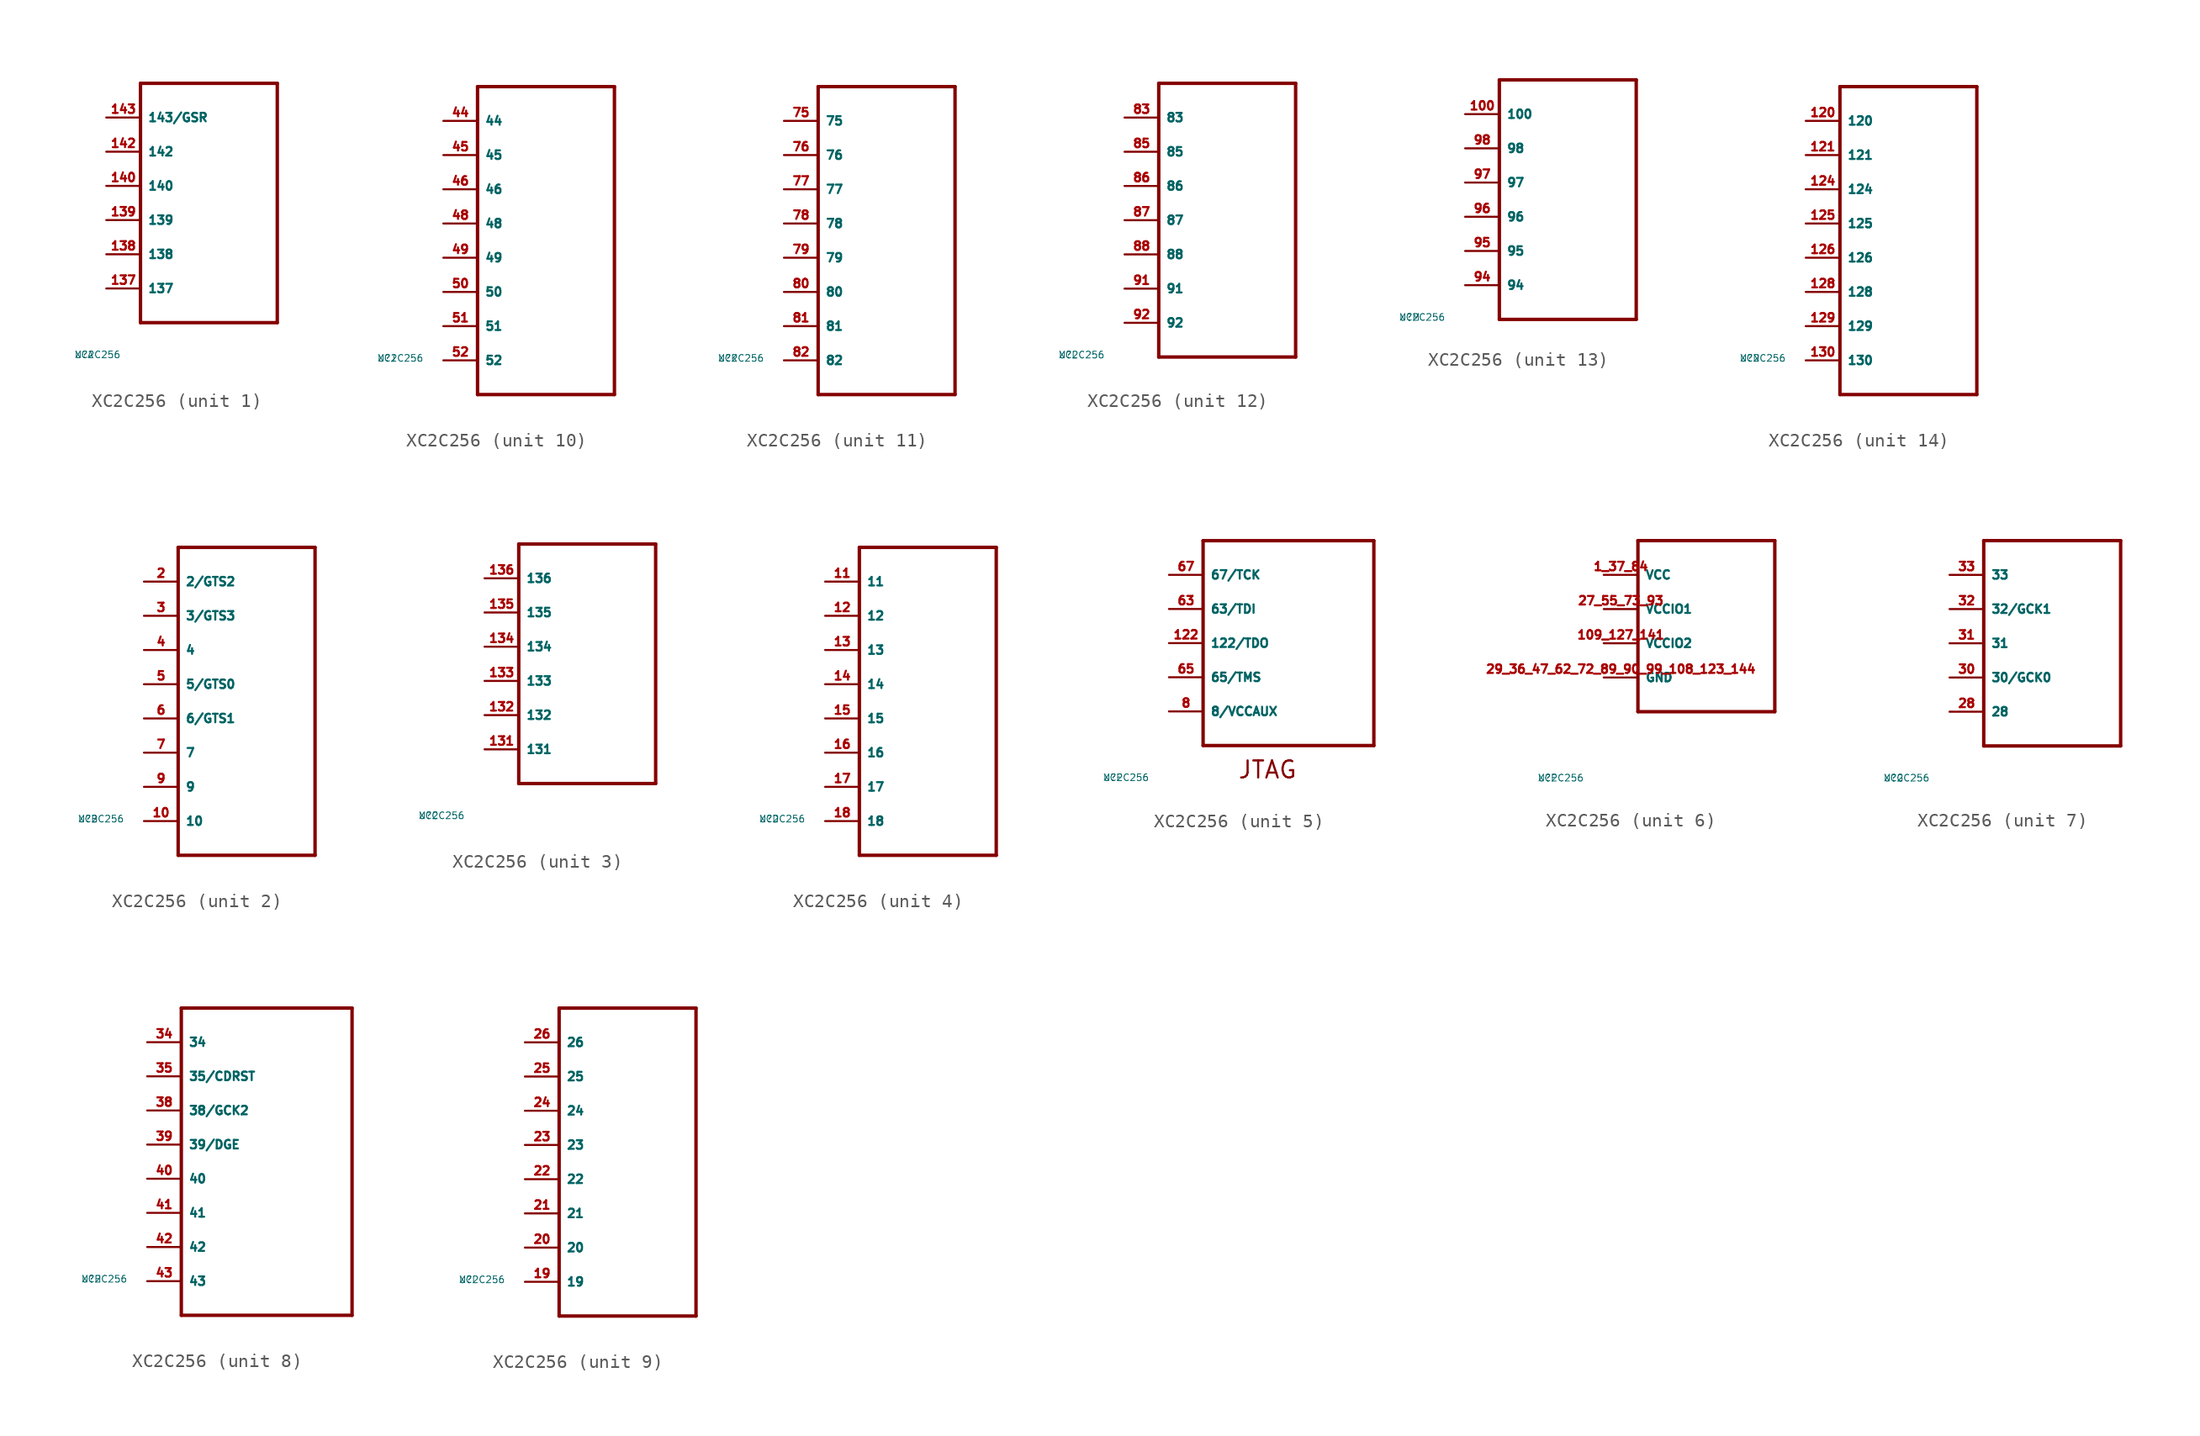
<source format=kicad_sym>
(kicad_symbol_lib
  (version 20220914)
  (generator Eagle2Kicad)
  (symbol "XC2C256"
    (property "Reference" "U"
      (at -10 -10 0)
      (effects (font (size 0.5 0.5) (thickness 0.06)) (justify left)))
    (property "Value" "XC2C256"
      (at -10 -10 0)
      (effects (font (size 0.5 0.5) (thickness 0.06)) (justify left)))
    (symbol "XC2C256_1_0"
      (polyline (pts (xy -5.08 10.16) (xy -5.08 -7.62)) (stroke (width 0.254) (type default)) (fill (type none)))
      (polyline (pts (xy -5.08 -7.62) (xy 5.08 -7.62)) (stroke (width 0.254) (type default)) (fill (type none)))
      (polyline (pts (xy 5.08 -7.62) (xy 5.08 10.16)) (stroke (width 0.254) (type default)) (fill (type none)))
      (polyline (pts (xy 5.08 10.16) (xy -5.08 10.16)) (stroke (width 0.254) (type default)) (fill (type none)))
      (pin bidirectional line (at -7.62 7.62 0) (length 2.54) (name "143/GSR" (effects (font (size 0.635 0.635) (thickness 0.08)) (justify left bottom))) (number "143" (effects (font (size 0.635 0.635) (thickness 0.08)) (justify left bottom))))
      (pin bidirectional line (at -7.62 5.08 0) (length 2.54) (name "142" (effects (font (size 0.635 0.635) (thickness 0.08)) (justify left bottom))) (number "142" (effects (font (size 0.635 0.635) (thickness 0.08)) (justify left bottom))))
      (pin bidirectional line (at -7.62 2.54 0) (length 2.54) (name "140" (effects (font (size 0.635 0.635) (thickness 0.08)) (justify left bottom))) (number "140" (effects (font (size 0.635 0.635) (thickness 0.08)) (justify left bottom))))
      (pin bidirectional line (at -7.62 0 0) (length 2.54) (name "139" (effects (font (size 0.635 0.635) (thickness 0.08)) (justify left bottom))) (number "139" (effects (font (size 0.635 0.635) (thickness 0.08)) (justify left bottom))))
      (pin bidirectional line (at -7.62 -2.54 0) (length 2.54) (name "138" (effects (font (size 0.635 0.635) (thickness 0.08)) (justify left bottom))) (number "138" (effects (font (size 0.635 0.635) (thickness 0.08)) (justify left bottom))))
      (pin bidirectional line (at -7.62 -5.08 0) (length 2.54) (name "137" (effects (font (size 0.635 0.635) (thickness 0.08)) (justify left bottom))) (number "137" (effects (font (size 0.635 0.635) (thickness 0.08)) (justify left bottom)))))
    (symbol "XC2C256_2_0"
      (polyline (pts (xy -2.54 10.16) (xy -2.54 -12.7)) (stroke (width 0.254) (type default)) (fill (type none)))
      (polyline (pts (xy -2.54 -12.7) (xy 7.62 -12.7)) (stroke (width 0.254) (type default)) (fill (type none)))
      (polyline (pts (xy 7.62 -12.7) (xy 7.62 10.16)) (stroke (width 0.254) (type default)) (fill (type none)))
      (polyline (pts (xy 7.62 10.16) (xy -2.54 10.16)) (stroke (width 0.254) (type default)) (fill (type none)))
      (pin bidirectional line (at -5.08 7.62 0) (length 2.54) (name "2/GTS2" (effects (font (size 0.635 0.635) (thickness 0.08)) (justify left bottom))) (number "2" (effects (font (size 0.635 0.635) (thickness 0.08)) (justify left bottom))))
      (pin bidirectional line (at -5.08 5.08 0) (length 2.54) (name "3/GTS3" (effects (font (size 0.635 0.635) (thickness 0.08)) (justify left bottom))) (number "3" (effects (font (size 0.635 0.635) (thickness 0.08)) (justify left bottom))))
      (pin bidirectional line (at -5.08 2.54 0) (length 2.54) (name "4" (effects (font (size 0.635 0.635) (thickness 0.08)) (justify left bottom))) (number "4" (effects (font (size 0.635 0.635) (thickness 0.08)) (justify left bottom))))
      (pin bidirectional line (at -5.08 0 0) (length 2.54) (name "5/GTS0" (effects (font (size 0.635 0.635) (thickness 0.08)) (justify left bottom))) (number "5" (effects (font (size 0.635 0.635) (thickness 0.08)) (justify left bottom))))
      (pin bidirectional line (at -5.08 -2.54 0) (length 2.54) (name "6/GTS1" (effects (font (size 0.635 0.635) (thickness 0.08)) (justify left bottom))) (number "6" (effects (font (size 0.635 0.635) (thickness 0.08)) (justify left bottom))))
      (pin bidirectional line (at -5.08 -5.08 0) (length 2.54) (name "7" (effects (font (size 0.635 0.635) (thickness 0.08)) (justify left bottom))) (number "7" (effects (font (size 0.635 0.635) (thickness 0.08)) (justify left bottom))))
      (pin bidirectional line (at -5.08 -7.62 0) (length 2.54) (name "9" (effects (font (size 0.635 0.635) (thickness 0.08)) (justify left bottom))) (number "9" (effects (font (size 0.635 0.635) (thickness 0.08)) (justify left bottom))))
      (pin bidirectional line (at -5.08 -10.16 0) (length 2.54) (name "10" (effects (font (size 0.635 0.635) (thickness 0.08)) (justify left bottom))) (number "10" (effects (font (size 0.635 0.635) (thickness 0.08)) (justify left bottom)))))
    (symbol "XC2C256_3_0"
      (polyline (pts (xy -2.54 10.16) (xy -2.54 -7.62)) (stroke (width 0.254) (type default)) (fill (type none)))
      (polyline (pts (xy -2.54 -7.62) (xy 7.62 -7.62)) (stroke (width 0.254) (type default)) (fill (type none)))
      (polyline (pts (xy 7.62 -7.62) (xy 7.62 10.16)) (stroke (width 0.254) (type default)) (fill (type none)))
      (polyline (pts (xy 7.62 10.16) (xy -2.54 10.16)) (stroke (width 0.254) (type default)) (fill (type none)))
      (pin bidirectional line (at -5.08 2.54 0) (length 2.54) (name "134" (effects (font (size 0.635 0.635) (thickness 0.08)) (justify left bottom))) (number "134" (effects (font (size 0.635 0.635) (thickness 0.08)) (justify left bottom))))
      (pin bidirectional line (at -5.08 5.08 0) (length 2.54) (name "135" (effects (font (size 0.635 0.635) (thickness 0.08)) (justify left bottom))) (number "135" (effects (font (size 0.635 0.635) (thickness 0.08)) (justify left bottom))))
      (pin bidirectional line (at -5.08 7.62 0) (length 2.54) (name "136" (effects (font (size 0.635 0.635) (thickness 0.08)) (justify left bottom))) (number "136" (effects (font (size 0.635 0.635) (thickness 0.08)) (justify left bottom))))
      (pin bidirectional line (at -5.08 0 0) (length 2.54) (name "133" (effects (font (size 0.635 0.635) (thickness 0.08)) (justify left bottom))) (number "133" (effects (font (size 0.635 0.635) (thickness 0.08)) (justify left bottom))))
      (pin bidirectional line (at -5.08 -2.54 0) (length 2.54) (name "132" (effects (font (size 0.635 0.635) (thickness 0.08)) (justify left bottom))) (number "132" (effects (font (size 0.635 0.635) (thickness 0.08)) (justify left bottom))))
      (pin bidirectional line (at -5.08 -5.08 0) (length 2.54) (name "131" (effects (font (size 0.635 0.635) (thickness 0.08)) (justify left bottom))) (number "131" (effects (font (size 0.635 0.635) (thickness 0.08)) (justify left bottom)))))
    (symbol "XC2C256_4_0"
      (polyline (pts (xy -2.54 10.16) (xy -2.54 -12.7)) (stroke (width 0.254) (type default)) (fill (type none)))
      (polyline (pts (xy -2.54 -12.7) (xy 7.62 -12.7)) (stroke (width 0.254) (type default)) (fill (type none)))
      (polyline (pts (xy 7.62 -12.7) (xy 7.62 10.16)) (stroke (width 0.254) (type default)) (fill (type none)))
      (polyline (pts (xy 7.62 10.16) (xy -2.54 10.16)) (stroke (width 0.254) (type default)) (fill (type none)))
      (pin bidirectional line (at -5.08 0 0) (length 2.54) (name "14" (effects (font (size 0.635 0.635) (thickness 0.08)) (justify left bottom))) (number "14" (effects (font (size 0.635 0.635) (thickness 0.08)) (justify left bottom))))
      (pin bidirectional line (at -5.08 2.54 0) (length 2.54) (name "13" (effects (font (size 0.635 0.635) (thickness 0.08)) (justify left bottom))) (number "13" (effects (font (size 0.635 0.635) (thickness 0.08)) (justify left bottom))))
      (pin bidirectional line (at -5.08 5.08 0) (length 2.54) (name "12" (effects (font (size 0.635 0.635) (thickness 0.08)) (justify left bottom))) (number "12" (effects (font (size 0.635 0.635) (thickness 0.08)) (justify left bottom))))
      (pin bidirectional line (at -5.08 7.62 0) (length 2.54) (name "11" (effects (font (size 0.635 0.635) (thickness 0.08)) (justify left bottom))) (number "11" (effects (font (size 0.635 0.635) (thickness 0.08)) (justify left bottom))))
      (pin bidirectional line (at -5.08 -2.54 0) (length 2.54) (name "15" (effects (font (size 0.635 0.635) (thickness 0.08)) (justify left bottom))) (number "15" (effects (font (size 0.635 0.635) (thickness 0.08)) (justify left bottom))))
      (pin bidirectional line (at -5.08 -5.08 0) (length 2.54) (name "16" (effects (font (size 0.635 0.635) (thickness 0.08)) (justify left bottom))) (number "16" (effects (font (size 0.635 0.635) (thickness 0.08)) (justify left bottom))))
      (pin bidirectional line (at -5.08 -7.62 0) (length 2.54) (name "17" (effects (font (size 0.635 0.635) (thickness 0.08)) (justify left bottom))) (number "17" (effects (font (size 0.635 0.635) (thickness 0.08)) (justify left bottom))))
      (pin bidirectional line (at -5.08 -10.16 0) (length 2.54) (name "18" (effects (font (size 0.635 0.635) (thickness 0.08)) (justify left bottom))) (number "18" (effects (font (size 0.635 0.635) (thickness 0.08)) (justify left bottom)))))
    (symbol "XC2C256_5_0"
      (polyline (pts (xy -2.54 7.62) (xy -2.54 -7.62)) (stroke (width 0.254) (type default)) (fill (type none)))
      (polyline (pts (xy -2.54 -7.62) (xy 10.16 -7.62)) (stroke (width 0.254) (type default)) (fill (type none)))
      (polyline (pts (xy 10.16 -7.62) (xy 10.16 7.62)) (stroke (width 0.254) (type default)) (fill (type none)))
      (polyline (pts (xy 10.16 7.62) (xy -2.54 7.62)) (stroke (width 0.254) (type default)) (fill (type none)))
      (text "JTAG" (at 0 -10.16 0) (effects (font (size 1.27 1.27) (thickness 0.16)) (justify left bottom)))
      (pin bidirectional line (at -5.08 5.08 0) (length 2.54) (name "67/TCK" (effects (font (size 0.635 0.635) (thickness 0.08)) (justify left bottom))) (number "67" (effects (font (size 0.635 0.635) (thickness 0.08)) (justify left bottom))))
      (pin bidirectional line (at -5.08 2.54 0) (length 2.54) (name "63/TDI" (effects (font (size 0.635 0.635) (thickness 0.08)) (justify left bottom))) (number "63" (effects (font (size 0.635 0.635) (thickness 0.08)) (justify left bottom))))
      (pin bidirectional line (at -5.08 0 0) (length 2.54) (name "122/TDO" (effects (font (size 0.635 0.635) (thickness 0.08)) (justify left bottom))) (number "122" (effects (font (size 0.635 0.635) (thickness 0.08)) (justify left bottom))))
      (pin bidirectional line (at -5.08 -2.54 0) (length 2.54) (name "65/TMS" (effects (font (size 0.635 0.635) (thickness 0.08)) (justify left bottom))) (number "65" (effects (font (size 0.635 0.635) (thickness 0.08)) (justify left bottom))))
      (pin bidirectional line (at -5.08 -5.08 0) (length 2.54) (name "8/VCCAUX" (effects (font (size 0.635 0.635) (thickness 0.08)) (justify left bottom))) (number "8" (effects (font (size 0.635 0.635) (thickness 0.08)) (justify left bottom)))))
    (symbol "XC2C256_6_0"
      (polyline (pts (xy -2.54 7.62) (xy -2.54 -5.08)) (stroke (width 0.254) (type default)) (fill (type none)))
      (polyline (pts (xy -2.54 -5.08) (xy 7.62 -5.08)) (stroke (width 0.254) (type default)) (fill (type none)))
      (polyline (pts (xy 7.62 -5.08) (xy 7.62 7.62)) (stroke (width 0.254) (type default)) (fill (type none)))
      (polyline (pts (xy 7.62 7.62) (xy -2.54 7.62)) (stroke (width 0.254) (type default)) (fill (type none)))
      (pin bidirectional line (at -5.08 2.54 0) (length 2.54) (name "VCCIO1" (effects (font (size 0.635 0.635) (thickness 0.08)) (justify left bottom))) (number "27 55 73 93" (effects (font (size 0.635 0.635) (thickness 0.08)) (justify left bottom))))
      (pin bidirectional line (at -5.08 5.08 0) (length 2.54) (name "VCC" (effects (font (size 0.635 0.635) (thickness 0.08)) (justify left bottom))) (number "1 37 84" (effects (font (size 0.635 0.635) (thickness 0.08)) (justify left bottom))))
      (pin bidirectional line (at -5.08 0 0) (length 2.54) (name "VCCIO2" (effects (font (size 0.635 0.635) (thickness 0.08)) (justify left bottom))) (number "109 127 141" (effects (font (size 0.635 0.635) (thickness 0.08)) (justify left bottom))))
      (pin bidirectional line (at -5.08 -2.54 0) (length 2.54) (name "GND" (effects (font (size 0.635 0.635) (thickness 0.08)) (justify left bottom))) (number "29 36 47 62 72 89 90 99 108 123 144" (effects (font (size 0.635 0.635) (thickness 0.08)) (justify left bottom)))))
    (symbol "XC2C256_7_0"
      (polyline (pts (xy -2.54 7.62) (xy -2.54 -7.62)) (stroke (width 0.254) (type default)) (fill (type none)))
      (polyline (pts (xy -2.54 -7.62) (xy 7.62 -7.62)) (stroke (width 0.254) (type default)) (fill (type none)))
      (polyline (pts (xy 7.62 -7.62) (xy 7.62 7.62)) (stroke (width 0.254) (type default)) (fill (type none)))
      (polyline (pts (xy 7.62 7.62) (xy -2.54 7.62)) (stroke (width 0.254) (type default)) (fill (type none)))
      (pin bidirectional line (at -5.08 0 0) (length 2.54) (name "31" (effects (font (size 0.635 0.635) (thickness 0.08)) (justify left bottom))) (number "31" (effects (font (size 0.635 0.635) (thickness 0.08)) (justify left bottom))))
      (pin bidirectional line (at -5.08 2.54 0) (length 2.54) (name "32/GCK1" (effects (font (size 0.635 0.635) (thickness 0.08)) (justify left bottom))) (number "32" (effects (font (size 0.635 0.635) (thickness 0.08)) (justify left bottom))))
      (pin bidirectional line (at -5.08 5.08 0) (length 2.54) (name "33" (effects (font (size 0.635 0.635) (thickness 0.08)) (justify left bottom))) (number "33" (effects (font (size 0.635 0.635) (thickness 0.08)) (justify left bottom))))
      (pin bidirectional line (at -5.08 -2.54 0) (length 2.54) (name "30/GCK0" (effects (font (size 0.635 0.635) (thickness 0.08)) (justify left bottom))) (number "30" (effects (font (size 0.635 0.635) (thickness 0.08)) (justify left bottom))))
      (pin bidirectional line (at -5.08 -5.08 0) (length 2.54) (name "28" (effects (font (size 0.635 0.635) (thickness 0.08)) (justify left bottom))) (number "28" (effects (font (size 0.635 0.635) (thickness 0.08)) (justify left bottom)))))
    (symbol "XC2C256_8_0"
      (polyline (pts (xy -2.54 10.16) (xy -2.54 -12.7)) (stroke (width 0.254) (type default)) (fill (type none)))
      (polyline (pts (xy -2.54 -12.7) (xy 10.16 -12.7)) (stroke (width 0.254) (type default)) (fill (type none)))
      (polyline (pts (xy 10.16 -12.7) (xy 10.16 10.16)) (stroke (width 0.254) (type default)) (fill (type none)))
      (polyline (pts (xy 10.16 10.16) (xy -2.54 10.16)) (stroke (width 0.254) (type default)) (fill (type none)))
      (pin bidirectional line (at -5.08 0 0) (length 2.54) (name "39/DGE" (effects (font (size 0.635 0.635) (thickness 0.08)) (justify left bottom))) (number "39" (effects (font (size 0.635 0.635) (thickness 0.08)) (justify left bottom))))
      (pin bidirectional line (at -5.08 2.54 0) (length 2.54) (name "38/GCK2" (effects (font (size 0.635 0.635) (thickness 0.08)) (justify left bottom))) (number "38" (effects (font (size 0.635 0.635) (thickness 0.08)) (justify left bottom))))
      (pin bidirectional line (at -5.08 5.08 0) (length 2.54) (name "35/CDRST" (effects (font (size 0.635 0.635) (thickness 0.08)) (justify left bottom))) (number "35" (effects (font (size 0.635 0.635) (thickness 0.08)) (justify left bottom))))
      (pin bidirectional line (at -5.08 7.62 0) (length 2.54) (name "34" (effects (font (size 0.635 0.635) (thickness 0.08)) (justify left bottom))) (number "34" (effects (font (size 0.635 0.635) (thickness 0.08)) (justify left bottom))))
      (pin bidirectional line (at -5.08 -2.54 0) (length 2.54) (name "40" (effects (font (size 0.635 0.635) (thickness 0.08)) (justify left bottom))) (number "40" (effects (font (size 0.635 0.635) (thickness 0.08)) (justify left bottom))))
      (pin bidirectional line (at -5.08 -5.08 0) (length 2.54) (name "41" (effects (font (size 0.635 0.635) (thickness 0.08)) (justify left bottom))) (number "41" (effects (font (size 0.635 0.635) (thickness 0.08)) (justify left bottom))))
      (pin bidirectional line (at -5.08 -7.62 0) (length 2.54) (name "42" (effects (font (size 0.635 0.635) (thickness 0.08)) (justify left bottom))) (number "42" (effects (font (size 0.635 0.635) (thickness 0.08)) (justify left bottom))))
      (pin bidirectional line (at -5.08 -10.16 0) (length 2.54) (name "43" (effects (font (size 0.635 0.635) (thickness 0.08)) (justify left bottom))) (number "43" (effects (font (size 0.635 0.635) (thickness 0.08)) (justify left bottom)))))
    (symbol "XC2C256_9_0"
      (polyline (pts (xy -2.54 10.16) (xy -2.54 -12.7)) (stroke (width 0.254) (type default)) (fill (type none)))
      (polyline (pts (xy -2.54 -12.7) (xy 7.62 -12.7)) (stroke (width 0.254) (type default)) (fill (type none)))
      (polyline (pts (xy 7.62 -12.7) (xy 7.62 10.16)) (stroke (width 0.254) (type default)) (fill (type none)))
      (polyline (pts (xy 7.62 10.16) (xy -2.54 10.16)) (stroke (width 0.254) (type default)) (fill (type none)))
      (pin bidirectional line (at -5.08 0 0) (length 2.54) (name "23" (effects (font (size 0.635 0.635) (thickness 0.08)) (justify left bottom))) (number "23" (effects (font (size 0.635 0.635) (thickness 0.08)) (justify left bottom))))
      (pin bidirectional line (at -5.08 2.54 0) (length 2.54) (name "24" (effects (font (size 0.635 0.635) (thickness 0.08)) (justify left bottom))) (number "24" (effects (font (size 0.635 0.635) (thickness 0.08)) (justify left bottom))))
      (pin bidirectional line (at -5.08 5.08 0) (length 2.54) (name "25" (effects (font (size 0.635 0.635) (thickness 0.08)) (justify left bottom))) (number "25" (effects (font (size 0.635 0.635) (thickness 0.08)) (justify left bottom))))
      (pin bidirectional line (at -5.08 7.62 0) (length 2.54) (name "26" (effects (font (size 0.635 0.635) (thickness 0.08)) (justify left bottom))) (number "26" (effects (font (size 0.635 0.635) (thickness 0.08)) (justify left bottom))))
      (pin bidirectional line (at -5.08 -2.54 0) (length 2.54) (name "22" (effects (font (size 0.635 0.635) (thickness 0.08)) (justify left bottom))) (number "22" (effects (font (size 0.635 0.635) (thickness 0.08)) (justify left bottom))))
      (pin bidirectional line (at -5.08 -5.08 0) (length 2.54) (name "21" (effects (font (size 0.635 0.635) (thickness 0.08)) (justify left bottom))) (number "21" (effects (font (size 0.635 0.635) (thickness 0.08)) (justify left bottom))))
      (pin bidirectional line (at -5.08 -7.62 0) (length 2.54) (name "20" (effects (font (size 0.635 0.635) (thickness 0.08)) (justify left bottom))) (number "20" (effects (font (size 0.635 0.635) (thickness 0.08)) (justify left bottom))))
      (pin bidirectional line (at -5.08 -10.16 0) (length 2.54) (name "19" (effects (font (size 0.635 0.635) (thickness 0.08)) (justify left bottom))) (number "19" (effects (font (size 0.635 0.635) (thickness 0.08)) (justify left bottom)))))
    (symbol "XC2C256_10_0"
      (polyline (pts (xy -2.54 10.16) (xy -2.54 -12.7)) (stroke (width 0.254) (type default)) (fill (type none)))
      (polyline (pts (xy -2.54 -12.7) (xy 7.62 -12.7)) (stroke (width 0.254) (type default)) (fill (type none)))
      (polyline (pts (xy 7.62 -12.7) (xy 7.62 10.16)) (stroke (width 0.254) (type default)) (fill (type none)))
      (polyline (pts (xy 7.62 10.16) (xy -2.54 10.16)) (stroke (width 0.254) (type default)) (fill (type none)))
      (pin bidirectional line (at -5.08 0 0) (length 2.54) (name "48" (effects (font (size 0.635 0.635) (thickness 0.08)) (justify left bottom))) (number "48" (effects (font (size 0.635 0.635) (thickness 0.08)) (justify left bottom))))
      (pin bidirectional line (at -5.08 2.54 0) (length 2.54) (name "46" (effects (font (size 0.635 0.635) (thickness 0.08)) (justify left bottom))) (number "46" (effects (font (size 0.635 0.635) (thickness 0.08)) (justify left bottom))))
      (pin bidirectional line (at -5.08 5.08 0) (length 2.54) (name "45" (effects (font (size 0.635 0.635) (thickness 0.08)) (justify left bottom))) (number "45" (effects (font (size 0.635 0.635) (thickness 0.08)) (justify left bottom))))
      (pin bidirectional line (at -5.08 7.62 0) (length 2.54) (name "44" (effects (font (size 0.635 0.635) (thickness 0.08)) (justify left bottom))) (number "44" (effects (font (size 0.635 0.635) (thickness 0.08)) (justify left bottom))))
      (pin bidirectional line (at -5.08 -2.54 0) (length 2.54) (name "49" (effects (font (size 0.635 0.635) (thickness 0.08)) (justify left bottom))) (number "49" (effects (font (size 0.635 0.635) (thickness 0.08)) (justify left bottom))))
      (pin bidirectional line (at -5.08 -5.08 0) (length 2.54) (name "50" (effects (font (size 0.635 0.635) (thickness 0.08)) (justify left bottom))) (number "50" (effects (font (size 0.635 0.635) (thickness 0.08)) (justify left bottom))))
      (pin bidirectional line (at -5.08 -7.62 0) (length 2.54) (name "51" (effects (font (size 0.635 0.635) (thickness 0.08)) (justify left bottom))) (number "51" (effects (font (size 0.635 0.635) (thickness 0.08)) (justify left bottom))))
      (pin bidirectional line (at -5.08 -10.16 0) (length 2.54) (name "52" (effects (font (size 0.635 0.635) (thickness 0.08)) (justify left bottom))) (number "52" (effects (font (size 0.635 0.635) (thickness 0.08)) (justify left bottom)))))
    (symbol "XC2C256_11_0"
      (polyline (pts (xy -2.54 10.16) (xy -2.54 -12.7)) (stroke (width 0.254) (type default)) (fill (type none)))
      (polyline (pts (xy -2.54 -12.7) (xy 7.62 -12.7)) (stroke (width 0.254) (type default)) (fill (type none)))
      (polyline (pts (xy 7.62 -12.7) (xy 7.62 10.16)) (stroke (width 0.254) (type default)) (fill (type none)))
      (polyline (pts (xy 7.62 10.16) (xy -2.54 10.16)) (stroke (width 0.254) (type default)) (fill (type none)))
      (pin bidirectional line (at -5.08 0 0) (length 2.54) (name "78" (effects (font (size 0.635 0.635) (thickness 0.08)) (justify left bottom))) (number "78" (effects (font (size 0.635 0.635) (thickness 0.08)) (justify left bottom))))
      (pin bidirectional line (at -5.08 2.54 0) (length 2.54) (name "77" (effects (font (size 0.635 0.635) (thickness 0.08)) (justify left bottom))) (number "77" (effects (font (size 0.635 0.635) (thickness 0.08)) (justify left bottom))))
      (pin bidirectional line (at -5.08 5.08 0) (length 2.54) (name "76" (effects (font (size 0.635 0.635) (thickness 0.08)) (justify left bottom))) (number "76" (effects (font (size 0.635 0.635) (thickness 0.08)) (justify left bottom))))
      (pin bidirectional line (at -5.08 7.62 0) (length 2.54) (name "75" (effects (font (size 0.635 0.635) (thickness 0.08)) (justify left bottom))) (number "75" (effects (font (size 0.635 0.635) (thickness 0.08)) (justify left bottom))))
      (pin bidirectional line (at -5.08 -2.54 0) (length 2.54) (name "79" (effects (font (size 0.635 0.635) (thickness 0.08)) (justify left bottom))) (number "79" (effects (font (size 0.635 0.635) (thickness 0.08)) (justify left bottom))))
      (pin bidirectional line (at -5.08 -5.08 0) (length 2.54) (name "80" (effects (font (size 0.635 0.635) (thickness 0.08)) (justify left bottom))) (number "80" (effects (font (size 0.635 0.635) (thickness 0.08)) (justify left bottom))))
      (pin bidirectional line (at -5.08 -7.62 0) (length 2.54) (name "81" (effects (font (size 0.635 0.635) (thickness 0.08)) (justify left bottom))) (number "81" (effects (font (size 0.635 0.635) (thickness 0.08)) (justify left bottom))))
      (pin bidirectional line (at -5.08 -10.16 0) (length 2.54) (name "82" (effects (font (size 0.635 0.635) (thickness 0.08)) (justify left bottom))) (number "82" (effects (font (size 0.635 0.635) (thickness 0.08)) (justify left bottom)))))
    (symbol "XC2C256_12_0"
      (polyline (pts (xy -2.54 10.16) (xy -2.54 -10.16)) (stroke (width 0.254) (type default)) (fill (type none)))
      (polyline (pts (xy -2.54 -10.16) (xy 7.62 -10.16)) (stroke (width 0.254) (type default)) (fill (type none)))
      (polyline (pts (xy 7.62 -10.16) (xy 7.62 10.16)) (stroke (width 0.254) (type default)) (fill (type none)))
      (polyline (pts (xy 7.62 10.16) (xy -2.54 10.16)) (stroke (width 0.254) (type default)) (fill (type none)))
      (pin bidirectional line (at -5.08 0 0) (length 2.54) (name "87" (effects (font (size 0.635 0.635) (thickness 0.08)) (justify left bottom))) (number "87" (effects (font (size 0.635 0.635) (thickness 0.08)) (justify left bottom))))
      (pin bidirectional line (at -5.08 2.54 0) (length 2.54) (name "86" (effects (font (size 0.635 0.635) (thickness 0.08)) (justify left bottom))) (number "86" (effects (font (size 0.635 0.635) (thickness 0.08)) (justify left bottom))))
      (pin bidirectional line (at -5.08 5.08 0) (length 2.54) (name "85" (effects (font (size 0.635 0.635) (thickness 0.08)) (justify left bottom))) (number "85" (effects (font (size 0.635 0.635) (thickness 0.08)) (justify left bottom))))
      (pin bidirectional line (at -5.08 7.62 0) (length 2.54) (name "83" (effects (font (size 0.635 0.635) (thickness 0.08)) (justify left bottom))) (number "83" (effects (font (size 0.635 0.635) (thickness 0.08)) (justify left bottom))))
      (pin bidirectional line (at -5.08 -2.54 0) (length 2.54) (name "88" (effects (font (size 0.635 0.635) (thickness 0.08)) (justify left bottom))) (number "88" (effects (font (size 0.635 0.635) (thickness 0.08)) (justify left bottom))))
      (pin bidirectional line (at -5.08 -5.08 0) (length 2.54) (name "91" (effects (font (size 0.635 0.635) (thickness 0.08)) (justify left bottom))) (number "91" (effects (font (size 0.635 0.635) (thickness 0.08)) (justify left bottom))))
      (pin bidirectional line (at -5.08 -7.62 0) (length 2.54) (name "92" (effects (font (size 0.635 0.635) (thickness 0.08)) (justify left bottom))) (number "92" (effects (font (size 0.635 0.635) (thickness 0.08)) (justify left bottom)))))
    (symbol "XC2C256_13_0"
      (polyline (pts (xy -2.54 7.62) (xy -2.54 -10.16)) (stroke (width 0.254) (type default)) (fill (type none)))
      (polyline (pts (xy -2.54 -10.16) (xy 7.62 -10.16)) (stroke (width 0.254) (type default)) (fill (type none)))
      (polyline (pts (xy 7.62 -10.16) (xy 7.62 7.62)) (stroke (width 0.254) (type default)) (fill (type none)))
      (polyline (pts (xy 7.62 7.62) (xy -2.54 7.62)) (stroke (width 0.254) (type default)) (fill (type none)))
      (pin bidirectional line (at -5.08 0 0) (length 2.54) (name "97" (effects (font (size 0.635 0.635) (thickness 0.08)) (justify left bottom))) (number "97" (effects (font (size 0.635 0.635) (thickness 0.08)) (justify left bottom))))
      (pin bidirectional line (at -5.08 2.54 0) (length 2.54) (name "98" (effects (font (size 0.635 0.635) (thickness 0.08)) (justify left bottom))) (number "98" (effects (font (size 0.635 0.635) (thickness 0.08)) (justify left bottom))))
      (pin bidirectional line (at -5.08 5.08 0) (length 2.54) (name "100" (effects (font (size 0.635 0.635) (thickness 0.08)) (justify left bottom))) (number "100" (effects (font (size 0.635 0.635) (thickness 0.08)) (justify left bottom))))
      (pin bidirectional line (at -5.08 -2.54 0) (length 2.54) (name "96" (effects (font (size 0.635 0.635) (thickness 0.08)) (justify left bottom))) (number "96" (effects (font (size 0.635 0.635) (thickness 0.08)) (justify left bottom))))
      (pin bidirectional line (at -5.08 -5.08 0) (length 2.54) (name "95" (effects (font (size 0.635 0.635) (thickness 0.08)) (justify left bottom))) (number "95" (effects (font (size 0.635 0.635) (thickness 0.08)) (justify left bottom))))
      (pin bidirectional line (at -5.08 -7.62 0) (length 2.54) (name "94" (effects (font (size 0.635 0.635) (thickness 0.08)) (justify left bottom))) (number "94" (effects (font (size 0.635 0.635) (thickness 0.08)) (justify left bottom)))))
    (symbol "XC2C256_14_0"
      (polyline (pts (xy -2.54 10.16) (xy -2.54 -12.7)) (stroke (width 0.254) (type default)) (fill (type none)))
      (polyline (pts (xy -2.54 -12.7) (xy 7.62 -12.7)) (stroke (width 0.254) (type default)) (fill (type none)))
      (polyline (pts (xy 7.62 -12.7) (xy 7.62 10.16)) (stroke (width 0.254) (type default)) (fill (type none)))
      (polyline (pts (xy 7.62 10.16) (xy -2.54 10.16)) (stroke (width 0.254) (type default)) (fill (type none)))
      (pin bidirectional line (at -5.08 0 0) (length 2.54) (name "125" (effects (font (size 0.635 0.635) (thickness 0.08)) (justify left bottom))) (number "125" (effects (font (size 0.635 0.635) (thickness 0.08)) (justify left bottom))))
      (pin bidirectional line (at -5.08 2.54 0) (length 2.54) (name "124" (effects (font (size 0.635 0.635) (thickness 0.08)) (justify left bottom))) (number "124" (effects (font (size 0.635 0.635) (thickness 0.08)) (justify left bottom))))
      (pin bidirectional line (at -5.08 5.08 0) (length 2.54) (name "121" (effects (font (size 0.635 0.635) (thickness 0.08)) (justify left bottom))) (number "121" (effects (font (size 0.635 0.635) (thickness 0.08)) (justify left bottom))))
      (pin bidirectional line (at -5.08 7.62 0) (length 2.54) (name "120" (effects (font (size 0.635 0.635) (thickness 0.08)) (justify left bottom))) (number "120" (effects (font (size 0.635 0.635) (thickness 0.08)) (justify left bottom))))
      (pin bidirectional line (at -5.08 -2.54 0) (length 2.54) (name "126" (effects (font (size 0.635 0.635) (thickness 0.08)) (justify left bottom))) (number "126" (effects (font (size 0.635 0.635) (thickness 0.08)) (justify left bottom))))
      (pin bidirectional line (at -5.08 -10.16 0) (length 2.54) (name "130" (effects (font (size 0.635 0.635) (thickness 0.08)) (justify left bottom))) (number "130" (effects (font (size 0.635 0.635) (thickness 0.08)) (justify left bottom))))
      (pin bidirectional line (at -5.08 -5.08 0) (length 2.54) (name "128" (effects (font (size 0.635 0.635) (thickness 0.08)) (justify left bottom))) (number "128" (effects (font (size 0.635 0.635) (thickness 0.08)) (justify left bottom))))
      (pin bidirectional line (at -5.08 -7.62 0) (length 2.54) (name "129" (effects (font (size 0.635 0.635) (thickness 0.08)) (justify left bottom))) (number "129" (effects (font (size 0.635 0.635) (thickness 0.08)) (justify left bottom)))))))
</source>
